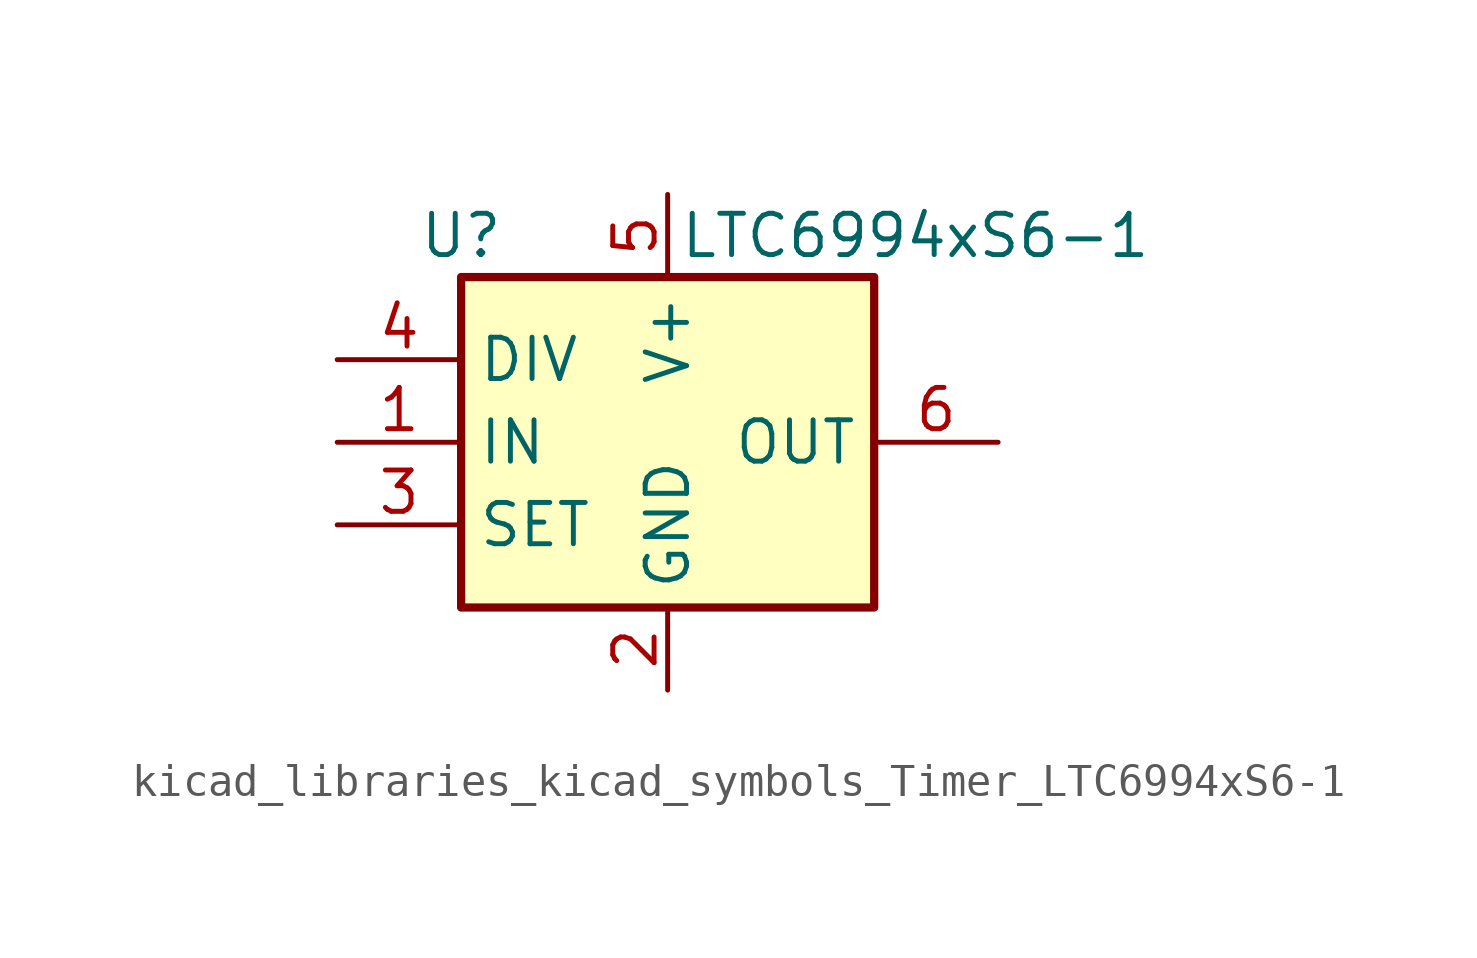
<source format=kicad_sym>
(kicad_symbol_lib
  (version 20220914)
  (generator kicad_symbol_editor)
  (symbol "kicad_libraries_kicad_symbols_Timer_LTC6994xS6-1"
    (property "Reference" "U"
      (at -6.35 6.35 0)
      (effects (font (size 1.27 1.27))))
    (property "Value" "LTC6994xS6-1"
      (at 7.62 6.35 0)
      (effects (font (size 1.27 1.27))))
    (symbol "kicad_libraries_kicad_symbols_Timer_LTC6994xS6-1_0_1"
      (rectangle (start -6.35 5.08) (end 6.35 -5.08) (stroke (width 0.254) (type default)) (fill (type background))))
    (symbol "kicad_libraries_kicad_symbols_Timer_LTC6994xS6-1_1_1"
      (pin input line (at -10.16 0 0) (length 3.81) (name "IN" (effects (font (size 1.27 1.27)))) (number "1" (effects (font (size 1.27 1.27)))))
      (pin power_in line (at 0 -7.62 90) (length 2.54) (name "GND" (effects (font (size 1.27 1.27)))) (number "2" (effects (font (size 1.27 1.27)))))
      (pin passive line (at -10.16 -2.54 0) (length 3.81) (name "SET" (effects (font (size 1.27 1.27)))) (number "3" (effects (font (size 1.27 1.27)))))
      (pin input line (at -10.16 2.54 0) (length 3.81) (name "DIV" (effects (font (size 1.27 1.27)))) (number "4" (effects (font (size 1.27 1.27)))))
      (pin power_in line (at 0 7.62 270) (length 2.54) (name "V+" (effects (font (size 1.27 1.27)))) (number "5" (effects (font (size 1.27 1.27)))))
      (pin output line (at 10.16 0 180) (length 3.81) (name "OUT" (effects (font (size 1.27 1.27)))) (number "6" (effects (font (size 1.27 1.27))))))))
</source>
